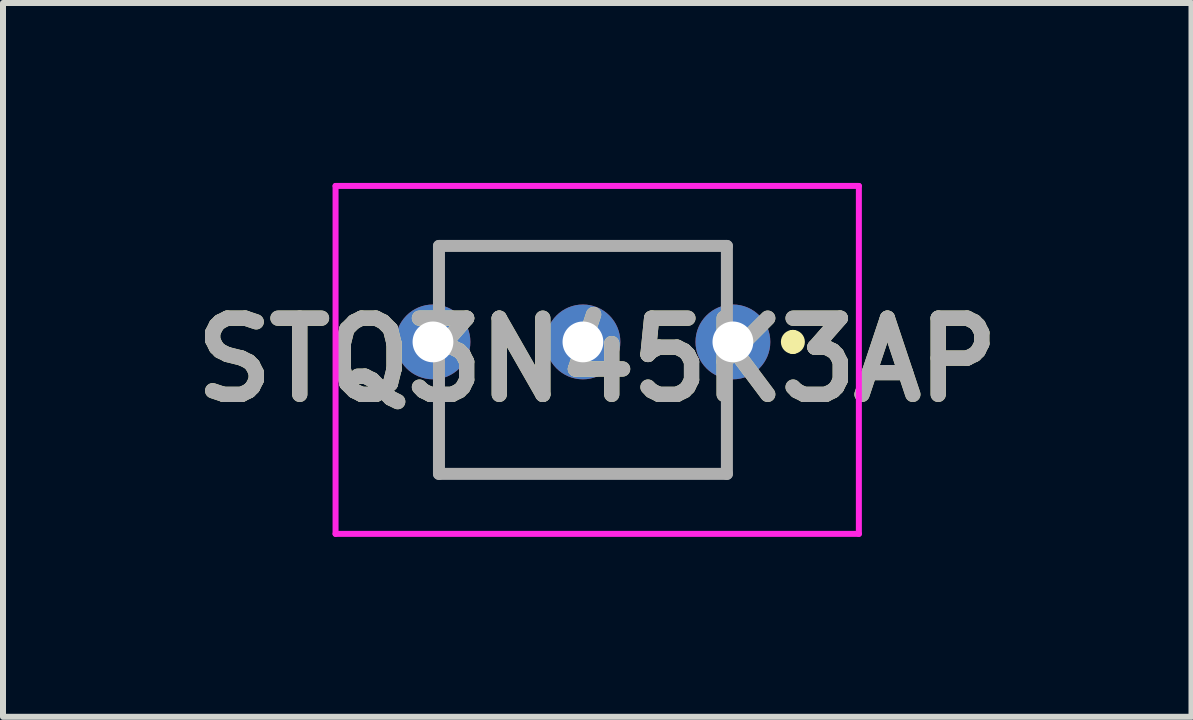
<source format=kicad_pcb>
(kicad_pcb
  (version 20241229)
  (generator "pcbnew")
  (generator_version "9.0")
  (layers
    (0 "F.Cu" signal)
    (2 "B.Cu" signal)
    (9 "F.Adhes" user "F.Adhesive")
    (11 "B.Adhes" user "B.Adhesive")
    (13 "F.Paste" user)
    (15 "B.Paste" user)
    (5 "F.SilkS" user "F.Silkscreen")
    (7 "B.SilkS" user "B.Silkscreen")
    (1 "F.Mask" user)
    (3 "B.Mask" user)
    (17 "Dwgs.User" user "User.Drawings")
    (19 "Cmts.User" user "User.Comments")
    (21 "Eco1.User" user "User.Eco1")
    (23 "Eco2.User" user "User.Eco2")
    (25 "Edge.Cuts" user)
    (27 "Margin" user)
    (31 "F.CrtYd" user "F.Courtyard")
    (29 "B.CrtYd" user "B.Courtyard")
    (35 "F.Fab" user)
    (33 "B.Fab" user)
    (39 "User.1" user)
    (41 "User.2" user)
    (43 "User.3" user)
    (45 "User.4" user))
  (footprint "STQ3N45K3AP"
    (layer "F.Cu")
    (at 6.906 2.95)
    (property "Reference" "STQ3N45K3AP" (at 0 0 0) (layer "F.SilkS") (effects (font (size 1.27 1.27) (thickness 0.254))))
    (attr through_hole)
    (fp_line (start -2.638 -1.9) (end 2.162 -1.9) (stroke (width 0.1) (type solid)) (layer "F.SilkS"))
    (fp_line (start -2.638 -1.4) (end -2.638 -1.9) (stroke (width 0.1) (type solid)) (layer "F.SilkS"))
    (fp_line (start -2.638 0.8) (end -2.638 1.9) (stroke (width 0.1) (type solid)) (layer "F.SilkS"))
    (fp_line (start -2.638 1.9) (end 2.162 1.9) (stroke (width 0.1) (type solid)) (layer "F.SilkS"))
    (fp_line (start 2.162 -1.9) (end 2.162 -1.4) (stroke (width 0.1) (type solid)) (layer "F.SilkS"))
    (fp_line (start 2.162 1.9) (end 2.162 0.8) (stroke (width 0.1) (type solid)) (layer "F.SilkS"))
    (fp_line (start 3.262 -0.4) (end 3.262 -0.4) (stroke (width 0.2) (type solid)) (layer "F.SilkS"))
    (fp_line (start 3.262 -0.2) (end 3.262 -0.2) (stroke (width 0.2) (type solid)) (layer "F.SilkS"))
    (fp_arc (start 3.262 -0.4) (mid 3.362 -0.3) (end 3.262 -0.2) (stroke (width 0.2) (type solid)) (layer "F.SilkS"))
    (fp_arc (start 3.262 -0.2) (mid 3.162 -0.3) (end 3.262 -0.4) (stroke (width 0.2) (type solid)) (layer "F.SilkS"))
    (fp_line (start -4.362 -2.9) (end 4.362 -2.9) (stroke (width 0.1) (type solid)) (layer "F.CrtYd"))
    (fp_line (start -4.362 2.9) (end -4.362 -2.9) (stroke (width 0.1) (type solid)) (layer "F.CrtYd"))
    (fp_line (start 4.362 -2.9) (end 4.362 2.9) (stroke (width 0.1) (type solid)) (layer "F.CrtYd"))
    (fp_line (start 4.362 2.9) (end -4.362 2.9) (stroke (width 0.1) (type solid)) (layer "F.CrtYd"))
    (fp_line (start -2.638 -1.9) (end 2.162 -1.9) (stroke (width 0.2) (type solid)) (layer "F.Fab"))
    (fp_line (start -2.638 1.9) (end -2.638 -1.9) (stroke (width 0.2) (type solid)) (layer "F.Fab"))
    (fp_line (start 2.162 -1.9) (end 2.162 1.9) (stroke (width 0.2) (type solid)) (layer "F.Fab"))
    (fp_line (start 2.162 1.9) (end -2.638 1.9) (stroke (width 0.2) (type solid)) (layer "F.Fab"))
    (fp_text user "${REFERENCE}" (at 0 0 0) (layer "F.Fab") (effects (font (size 1.27 1.27) (thickness 0.254))))
    (pad "1" thru_hole circle (at 2.262 -0.3) (size 1.247 1.247) (drill 0.68) (layers "*.Cu" "*.Mask"))
    (pad "2" thru_hole circle (at -0.238 -0.3) (size 1.247 1.247) (drill 0.68) (layers "*.Cu" "*.Mask"))
    (pad "3" thru_hole circle (at -2.738 -0.3) (size 1.247 1.247) (drill 0.68) (layers "*.Cu" "*.Mask")))
  (gr_rect
    (start -3 -3)
    (end 16.813 8.9)
    (stroke (width 0.1) (type default))
    (fill no)
    (layer "Edge.Cuts")))
</source>
